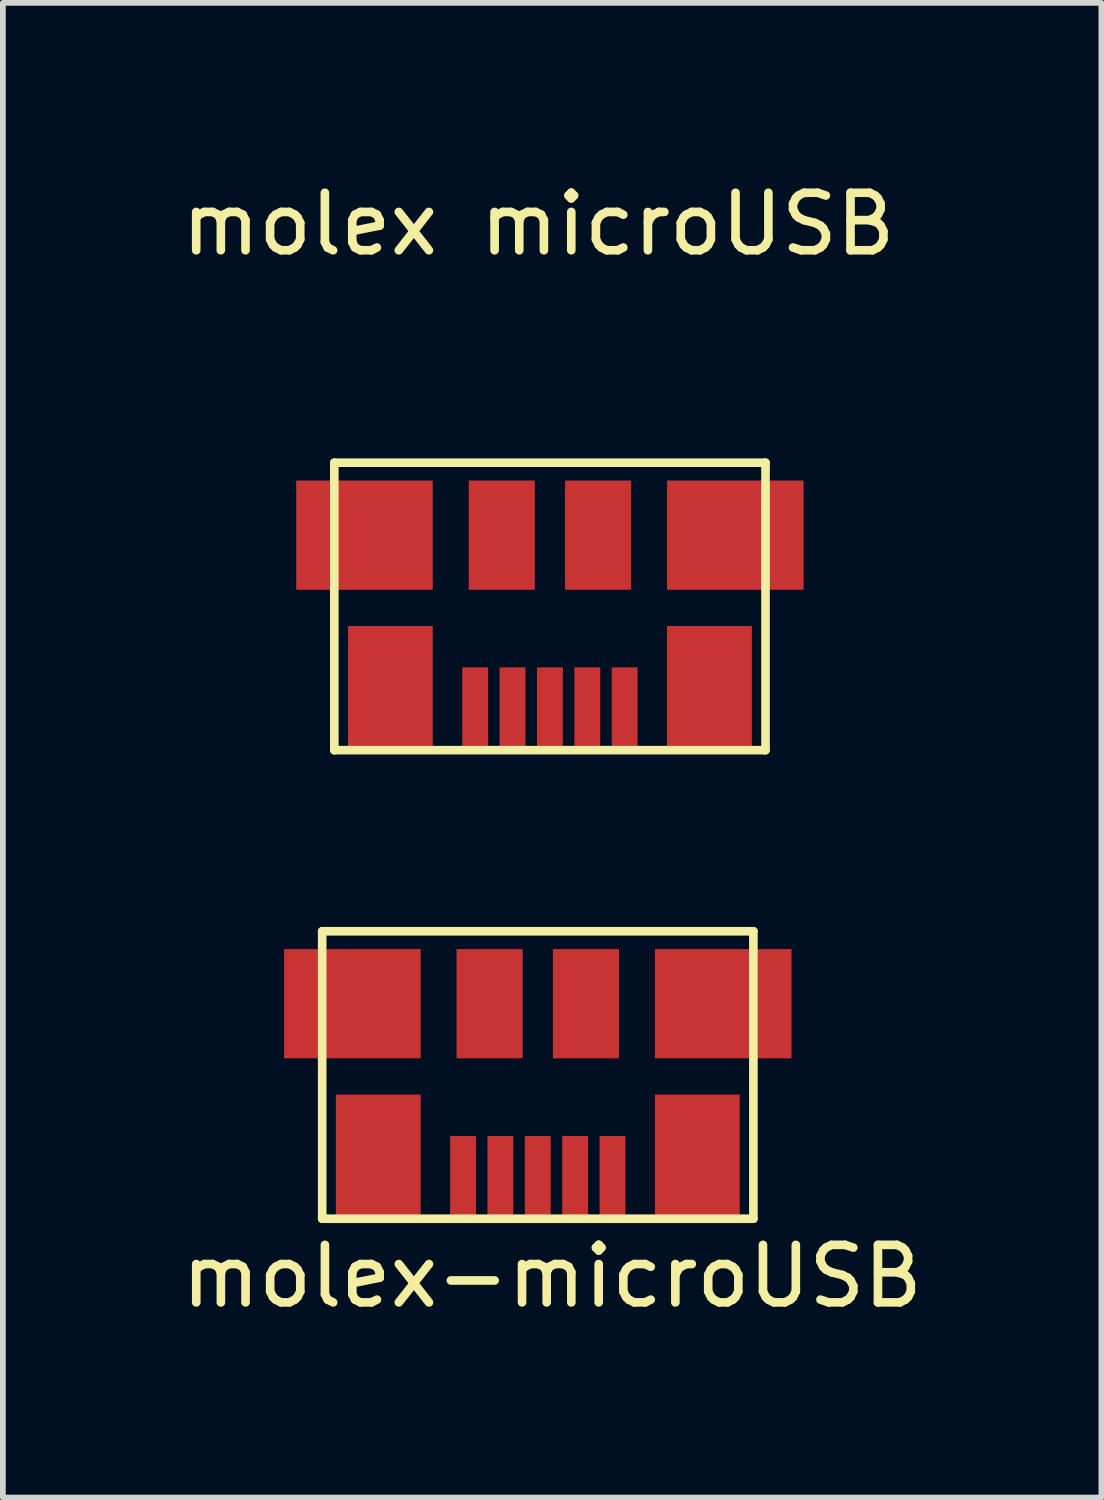
<source format=kicad_pcb>
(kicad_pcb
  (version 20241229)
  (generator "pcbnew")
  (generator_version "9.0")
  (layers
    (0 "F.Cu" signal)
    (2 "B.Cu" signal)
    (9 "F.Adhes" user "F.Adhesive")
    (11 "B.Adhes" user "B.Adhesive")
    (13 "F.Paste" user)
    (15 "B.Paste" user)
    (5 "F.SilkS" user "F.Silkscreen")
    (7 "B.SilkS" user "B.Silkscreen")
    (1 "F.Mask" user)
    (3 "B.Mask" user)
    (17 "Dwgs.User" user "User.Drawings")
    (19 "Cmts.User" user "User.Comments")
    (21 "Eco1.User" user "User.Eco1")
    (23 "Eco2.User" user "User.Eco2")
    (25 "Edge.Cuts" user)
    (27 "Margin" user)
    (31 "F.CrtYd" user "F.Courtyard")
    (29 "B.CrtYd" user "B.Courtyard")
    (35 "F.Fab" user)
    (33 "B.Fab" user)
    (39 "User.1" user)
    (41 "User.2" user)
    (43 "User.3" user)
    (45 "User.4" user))
  (footprint "molex-microUSB"
    (layer "F.Cu")
    (at 6.304 17.398)
    (property "Reference" "molex-microUSB" (at 0.25 1.75 0) (layer "F.SilkS") (effects (font (size 1 1) (thickness 0.15))))
    (attr through_hole)
    (fp_line (start -3.75 -4.25) (end -3.75 0.75) (stroke (width 0.15) (type solid)) (layer "F.SilkS"))
    (fp_line (start -3.75 -4.25) (end 3.75 -4.25) (stroke (width 0.15) (type solid)) (layer "F.SilkS"))
    (fp_line (start -3.75 0.75) (end 3.75 0.75) (stroke (width 0.15) (type solid)) (layer "F.SilkS"))
    (fp_line (start 3.75 0.75) (end 3.75 -4.25) (stroke (width 0.15) (type solid)) (layer "F.SilkS"))
    (pad "1" smd rect (at 1.3 0) (size 0.45 1.38) (layers "F.Cu" "F.Mask" "F.Paste"))
    (pad "2" smd rect (at 0.65 0) (size 0.45 1.38) (layers "F.Cu" "F.Mask" "F.Paste"))
    (pad "3" smd rect (at 0 0) (size 0.45 1.38) (layers "F.Cu" "F.Mask" "F.Paste"))
    (pad "4" smd rect (at -0.65 0) (size 0.45 1.38) (layers "F.Cu" "F.Mask" "F.Paste"))
    (pad "5" smd rect (at -1.3 0) (size 0.45 1.38) (layers "F.Cu" "F.Mask" "F.Paste"))
    (pad "6" smd rect (at -3.225 -2.99) (size 2.375 1.9) (layers "F.Cu" "F.Mask" "F.Paste"))
    (pad "6" smd rect (at -2.775 -0.36) (size 1.475 2.1) (layers "F.Cu" "F.Mask" "F.Paste"))
    (pad "6" smd rect (at -0.838 -2.99) (size 1.15 1.9) (layers "F.Cu" "F.Mask" "F.Paste"))
    (pad "6" smd rect (at 0.838 -2.99) (size 1.15 1.9) (layers "F.Cu" "F.Mask" "F.Paste"))
    (pad "6" smd rect (at 2.775 -0.36) (size 1.475 2.1) (layers "F.Cu" "F.Mask" "F.Paste"))
    (pad "6" smd rect (at 3.225 -2.99) (size 2.375 1.9) (layers "F.Cu" "F.Mask" "F.Paste")))
  (footprint "molex microUSB"
    (layer "F.Cu")
    (at 6.515 9.248)
    (property "Reference" "molex microUSB" (at -0.2 -8.4 0) (layer "F.SilkS") (effects (font (size 1 1) (thickness 0.15))))
    (attr through_hole)
    (fp_line (start -3.75 -4.25) (end -3.75 0.75) (stroke (width 0.15) (type solid)) (layer "F.SilkS"))
    (fp_line (start -3.75 -4.25) (end 3.75 -4.25) (stroke (width 0.15) (type solid)) (layer "F.SilkS"))
    (fp_line (start -3.75 0.75) (end 3.75 0.75) (stroke (width 0.15) (type solid)) (layer "F.SilkS"))
    (fp_line (start 3.75 0.75) (end 3.75 -4.25) (stroke (width 0.15) (type solid)) (layer "F.SilkS"))
    (pad "1" smd rect (at 1.3 0) (size 0.45 1.38) (layers "F.Cu" "F.Mask" "F.Paste"))
    (pad "2" smd rect (at 0.65 0) (size 0.45 1.38) (layers "F.Cu" "F.Mask" "F.Paste"))
    (pad "3" smd rect (at 0 0) (size 0.45 1.38) (layers "F.Cu" "F.Mask" "F.Paste"))
    (pad "4" smd rect (at -0.65 0) (size 0.45 1.38) (layers "F.Cu" "F.Mask" "F.Paste"))
    (pad "5" smd rect (at -1.3 0) (size 0.45 1.38) (layers "F.Cu" "F.Mask" "F.Paste"))
    (pad "6" smd rect (at -3.225 -2.99) (size 2.375 1.9) (layers "F.Cu" "F.Mask" "F.Paste"))
    (pad "6" smd rect (at -2.775 -0.36) (size 1.475 2.1) (layers "F.Cu" "F.Mask" "F.Paste"))
    (pad "6" smd rect (at -0.838 -2.99) (size 1.15 1.9) (layers "F.Cu" "F.Mask" "F.Paste"))
    (pad "6" smd rect (at 0.838 -2.99) (size 1.15 1.9) (layers "F.Cu" "F.Mask" "F.Paste"))
    (pad "6" smd rect (at 2.775 -0.36) (size 1.475 2.1) (layers "F.Cu" "F.Mask" "F.Paste"))
    (pad "6" smd rect (at 3.225 -2.99) (size 2.375 1.9) (layers "F.Cu" "F.Mask" "F.Paste")))
  (gr_rect
    (start -3 -3)
    (end 16.107 22.997)
    (stroke (width 0.1) (type default))
    (fill no)
    (layer "Edge.Cuts")))
</source>
